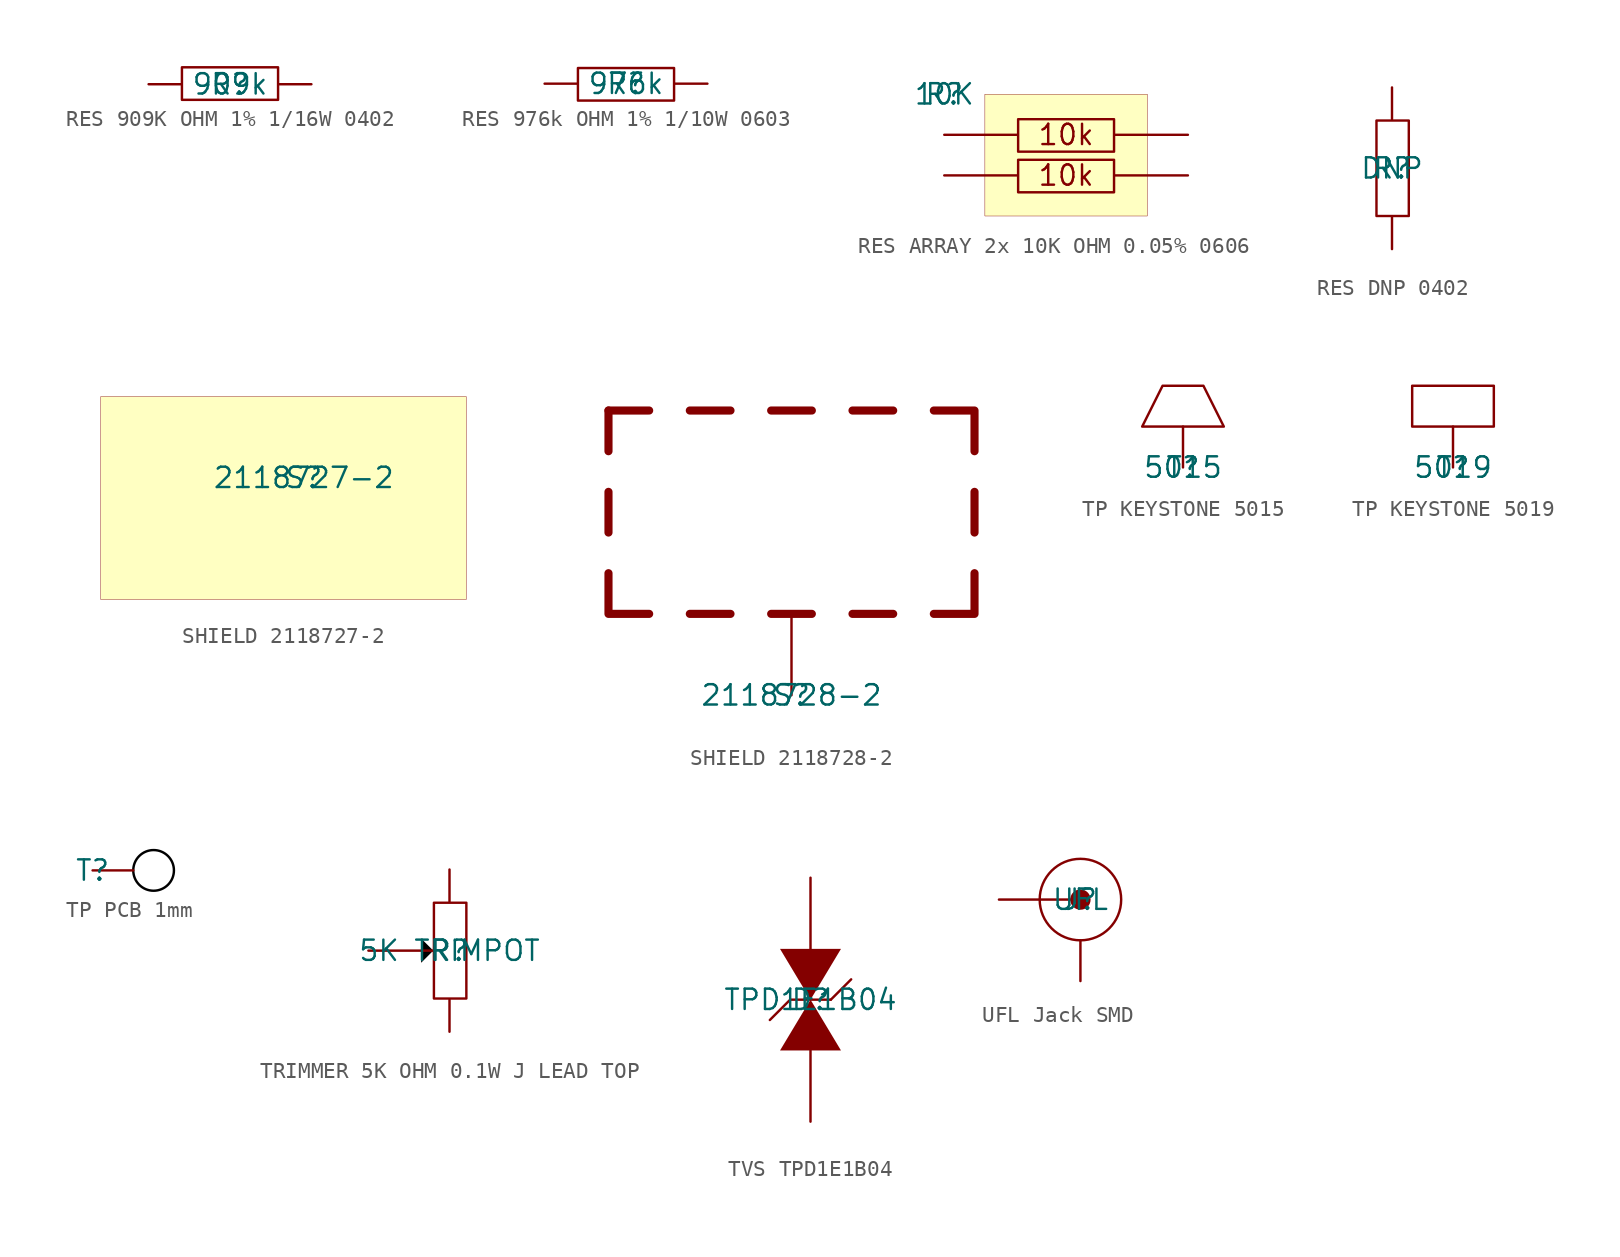
<source format=kicad_sym>
(kicad_symbol_lib
  (version 20241209)
  (generator "kicad_symbol_editor")
  (generator_version "8.99")
  (symbol "RES 909K OHM 1% 1/16W 0402"
    (pin_numbers
      (hide yes))
    (pin_names
      (hide yes))
    (property "Reference" "R"
      (at 0 0 0)
      (effects (font (size 1.27 1.27))))
    (property "Value" "909k"
      (at 0 0 0)
      (effects (font (size 1.27 1.27))))
    (symbol "RES 909K OHM 1% 1/16W 0402_1_0"
      (rectangle (start 3 1.056) (end -3 -0.976) (stroke (width 0) (type solid)) (fill (type none)))
      (pin passive line (at -5.08 0 0) (length 2) (name "2" (effects (font (size 1.27 1.27)))) (number "2" (effects (font (size 1.27 1.27)))))
      (pin passive line (at 5.08 0 180) (length 2) (name "1" (effects (font (size 1.27 1.27)))) (number "1" (effects (font (size 1.27 1.27)))))))
  (symbol "RES 976k OHM 1% 1/10W 0603"
    (pin_numbers
      (hide yes))
    (pin_names
      (hide yes))
    (property "Reference" "R"
      (at 0 0 0)
      (effects (font (size 1.27 1.27))))
    (property "Value" "976k"
      (at 0 0 0)
      (effects (font (size 1.27 1.27))))
    (symbol "RES 976k OHM 1% 1/10W 0603_1_0"
      (rectangle (start 3 0.976) (end -3 -1.056) (stroke (width 0) (type solid)) (fill (type none)))
      (pin passive line (at -5.08 0 0) (length 2) (name "1" (effects (font (size 1.27 1.27)))) (number "1" (effects (font (size 1.27 1.27)))))
      (pin passive line (at 5.08 0 180) (length 2) (name "2" (effects (font (size 1.27 1.27)))) (number "2" (effects (font (size 1.27 1.27)))))))
  (symbol "RES ARRAY 2x 10K OHM 0.05% 0606"
    (pin_numbers
      (hide yes))
    (pin_names
      (hide yes))
    (property "Reference" "R"
      (at 0 0 0)
      (effects (font (size 1.27 1.27))))
    (property "Value" "10K"
      (at 0 0 0)
      (effects (font (size 1.27 1.27))))
    (symbol "RES ARRAY 2x 10K OHM 0.05% 0606_1_0"
      (rectangle (start 10.62 -1.564) (end 4.62 -3.596) (stroke (width 0) (type solid)) (fill (type none)))
      (rectangle (start 10.62 -4.104) (end 4.62 -6.136) (stroke (width 0) (type solid)) (fill (type none)))
      (rectangle (start 12.7 0) (end 2.54 -7.62) (stroke (width 0.025) (type solid) (color 128 0 0 1)) (fill (type background)))
      (text "10k" (at 7.62 -2.54 0) (effects (font (size 1.27 1.27))))
      (text "10k" (at 7.62 -5.08 0) (effects (font (size 1.27 1.27))))
      (pin passive line (at 0 -2.54 0) (length 4.54) (name "1" (effects (font (size 1.27 1.27)))) (number "1" (effects (font (size 1.27 1.27)))))
      (pin passive line (at 0 -5.08 0) (length 4.54) (name "2" (effects (font (size 1.27 1.27)))) (number "2" (effects (font (size 1.27 1.27)))))
      (pin passive line (at 15.24 -2.54 180) (length 4.54) (name "4" (effects (font (size 1.27 1.27)))) (number "4" (effects (font (size 1.27 1.27)))))
      (pin passive line (at 15.24 -5.08 180) (length 4.54) (name "3" (effects (font (size 1.27 1.27)))) (number "3" (effects (font (size 1.27 1.27)))))))
  (symbol "RES DNP 0402"
    (pin_numbers
      (hide yes))
    (pin_names
      (hide yes))
    (property "Reference" "R"
      (at 0 0 0)
      (effects (font (size 1.27 1.27))))
    (property "Value" "DNP"
      (at 0 0 0)
      (effects (font (size 1.27 1.27))))
    (symbol "RES DNP 0402_1_0"
      (rectangle (start 1.056 3) (end -0.976 -3) (stroke (width 0) (type solid)) (fill (type none)))
      (pin passive line (at 0 5.08 270) (length 2) (name "2" (effects (font (size 1.27 1.27)))) (number "2" (effects (font (size 1.27 1.27)))))
      (pin passive line (at 0 -5.08 90) (length 2) (name "1" (effects (font (size 1.27 1.27)))) (number "1" (effects (font (size 1.27 1.27)))))))
  (symbol "SHIELD 2118727-2"
    (pin_numbers
      (hide yes))
    (pin_names
      (hide yes))
    (property "Reference" "S"
      (at 0 0 0)
      (effects (font (size 1.27 1.27))))
    (property "Value" "2118727-2"
      (at 0 0 0)
      (effects (font (size 1.27 1.27))))
    (symbol "SHIELD 2118727-2_1_0"
      (rectangle (start 10.16 5.08) (end -12.7 -7.62) (stroke (width 0.025) (type solid) (color 128 0 0 1)) (fill (type background)))))
  (symbol "SHIELD 2118728-2"
    (pin_numbers
      (hide yes))
    (pin_names
      (hide yes))
    (property "Reference" "S"
      (at 0 0 0)
      (effects (font (size 1.27 1.27))))
    (property "Value" "2118728-2"
      (at 0 0 0)
      (effects (font (size 1.27 1.27))))
    (symbol "SHIELD 2118728-2_1_0"
      (polyline (pts (xy -11.43 17.78) (xy -8.89 17.78)) (stroke (width 0.508) (type solid)) (fill (type none)))
      (polyline (pts (xy -11.43 15.24) (xy -11.43 17.78)) (stroke (width 0.508) (type solid)) (fill (type none)))
      (polyline (pts (xy -11.43 10.16) (xy -11.43 12.7)) (stroke (width 0.508) (type solid)) (fill (type none)))
      (polyline (pts (xy -11.43 7.62) (xy -11.43 5.08) (xy -8.89 5.08)) (stroke (width 0.508) (type solid)) (fill (type none)))
      (polyline (pts (xy -6.35 17.78) (xy -3.81 17.78)) (stroke (width 0.508) (type solid)) (fill (type none)))
      (polyline (pts (xy -6.35 5.08) (xy -3.81 5.08)) (stroke (width 0.508) (type solid)) (fill (type none)))
      (polyline (pts (xy -1.27 17.78) (xy 1.27 17.78)) (stroke (width 0.508) (type solid)) (fill (type none)))
      (polyline (pts (xy -1.27 5.08) (xy 1.27 5.08)) (stroke (width 0.508) (type solid)) (fill (type none)))
      (polyline (pts (xy 3.81 17.78) (xy 6.35 17.78)) (stroke (width 0.508) (type solid)) (fill (type none)))
      (polyline (pts (xy 3.81 5.08) (xy 6.35 5.08)) (stroke (width 0.508) (type solid)) (fill (type none)))
      (polyline (pts (xy 8.89 17.78) (xy 11.43 17.78) (xy 11.43 15.24)) (stroke (width 0.508) (type solid)) (fill (type none)))
      (polyline (pts (xy 8.89 5.08) (xy 11.43 5.08) (xy 11.43 7.62)) (stroke (width 0.508) (type solid)) (fill (type none)))
      (polyline (pts (xy 11.43 10.16) (xy 11.43 12.7)) (stroke (width 0.508) (type solid)) (fill (type none)))
      (pin passive line (at 0 0 90) (length 5.08) (name "1" (effects (font (size 1.27 1.27)))) (number "1" (effects (font (size 1.27 1.27)))))))
  (symbol "TP KEYSTONE 5015"
    (pin_numbers
      (hide yes))
    (pin_names
      (hide yes))
    (property "Reference" "T"
      (at 0 0 0)
      (effects (font (size 1.27 1.27))))
    (property "Value" "5015"
      (at 0 0 0)
      (effects (font (size 1.27 1.27))))
    (symbol "TP KEYSTONE 5015_1_0"
      (polyline (pts (xy 2.54 2.54) (xy -2.54 2.54) (xy -1.27 5.08) (xy 1.27 5.08) (xy 2.54 2.54)) (stroke (width 0) (type solid)) (fill (type none)))
      (pin passive line (at 0 0 90) (length 2.54) (name "1" (effects (font (size 1.27 1.27)))) (number "1" (effects (font (size 1.27 1.27)))))))
  (symbol "TP KEYSTONE 5019"
    (pin_numbers
      (hide yes))
    (pin_names
      (hide yes))
    (property "Reference" "T"
      (at 0 0 0)
      (effects (font (size 1.27 1.27))))
    (property "Value" "5019"
      (at 0 0 0)
      (effects (font (size 1.27 1.27))))
    (symbol "TP KEYSTONE 5019_1_0"
      (polyline (pts (xy -2.54 5.08) (xy 2.54 5.08) (xy 2.54 2.54) (xy -2.54 2.54) (xy -2.54 5.08)) (stroke (width 0) (type solid)) (fill (type none)))
      (pin passive line (at 0 0 90) (length 2.54) (name "1" (effects (font (size 1.27 1.27)))) (number "1" (effects (font (size 1.27 1.27)))))))
  (symbol "TP PCB 1mm"
    (pin_numbers
      (hide yes))
    (pin_names
      (hide yes))
    (property "Reference" "T"
      (at 0 0 0)
      (effects (font (size 1.27 1.27))))
    (symbol "TP PCB 1mm_1_0"
      (circle (center 3.81 0) (radius 1.27) (stroke (width 0) (type solid) (color 0 0 0 1)) (fill (type none)))
      (pin passive line (at 0 0 0) (length 2.54) (name "1" (effects (font (size 1.27 1.27)))) (number "1" (effects (font (size 1.27 1.27)))))))
  (symbol "TRIMMER 5K OHM 0.1W J LEAD TOP"
    (pin_numbers
      (hide yes))
    (pin_names
      (hide yes))
    (property "Reference" "R"
      (at 0 0 0)
      (effects (font (size 1.27 1.27))))
    (property "Value" "5K TRIMPOT"
      (at 0 0 0)
      (effects (font (size 1.27 1.27))))
    (symbol "TRIMMER 5K OHM 0.1W J LEAD TOP_1_0"
      (polyline (pts (xy -1.016 0) (xy -1.778 -0.762) (xy -1.778 0.762) (xy -1.016 0)) (stroke (width -0.0001) (type solid) (color 0 0 0 1)) (fill (type outline)))
      (rectangle (start 1.056 3) (end -0.976 -3) (stroke (width 0) (type solid)) (fill (type none)))
      (pin passive line (at -5.08 0 0) (length 4.064) (name "2" (effects (font (size 1.27 1.27)))) (number "2" (effects (font (size 1.27 1.27)))))
      (pin passive line (at 0 5.08 270) (length 2) (name "1" (effects (font (size 1.27 1.27)))) (number "1" (effects (font (size 1.27 1.27)))))
      (pin passive line (at 0 -5.08 90) (length 2) (name "3" (effects (font (size 1.27 1.27)))) (number "3" (effects (font (size 1.27 1.27)))))))
  (symbol "TVS TPD1E1B04"
    (pin_numbers
      (hide yes))
    (pin_names
      (hide yes))
    (property "Reference" "D"
      (at 0 0 0)
      (effects (font (size 1.27 1.27))))
    (property "Value" "TPD1E1B04"
      (at 0 0 0)
      (effects (font (size 1.27 1.27))))
    (symbol "TVS TPD1E1B04_1_0"
      (polyline (pts (xy -1.905 3.175) (xy 0 0) (xy 1.905 3.175) (xy -1.905 3.175)) (stroke (width -0.0001) (type solid)) (fill (type outline)))
      (polyline (pts (xy -1.27 0) (xy 1.27 0)) (stroke (width 0) (type solid)) (fill (type none)))
      (polyline (pts (xy -1.27 0) (xy -2.54 -1.27)) (stroke (width 0) (type solid)) (fill (type none)))
      (polyline (pts (xy 1.905 -3.175) (xy 0 0) (xy -1.905 -3.175) (xy 1.905 -3.175)) (stroke (width -0.0001) (type solid)) (fill (type outline)))
      (polyline (pts (xy 2.54 1.27) (xy 1.27 0)) (stroke (width 0) (type solid)) (fill (type none)))
      (pin passive line (at 0 7.62 270) (length 4.445) (name "K" (effects (font (size 1.27 1.27)))) (number "1" (effects (font (size 1.27 1.27)))))
      (pin passive line (at 0 -7.62 90) (length 4.445) (name "A" (effects (font (size 1.27 1.27)))) (number "2" (effects (font (size 1.27 1.27)))))))
  (symbol "UFL Jack SMD"
    (pin_numbers
      (hide yes))
    (pin_names
      (hide yes))
    (property "Reference" "J"
      (at 0 0 0)
      (effects (font (size 1.27 1.27))))
    (property "Value" "UFL"
      (at 0 0 0)
      (effects (font (size 1.27 1.27))))
    (symbol "UFL Jack SMD_1_0"
      (circle (center 0 0) (radius 2.54) (stroke (width 0) (type solid)) (fill (type none)))
      (circle (center 0 0) (radius 0.635) (stroke (width -0.0001) (type solid)) (fill (type outline)))
      (pin passive line (at -5.08 0 0) (length 5.08) (name "Signal" (effects (font (size 1.27 1.27)))) (number "1" (effects (font (size 1.27 1.27)))))
      (pin passive line (at 0 -5.08 90) (length 2.54) (name "SHIELD" (effects (font (size 1.27 1.27)))) (number "2" (effects (font (size 1.27 1.27))))))))
</source>
